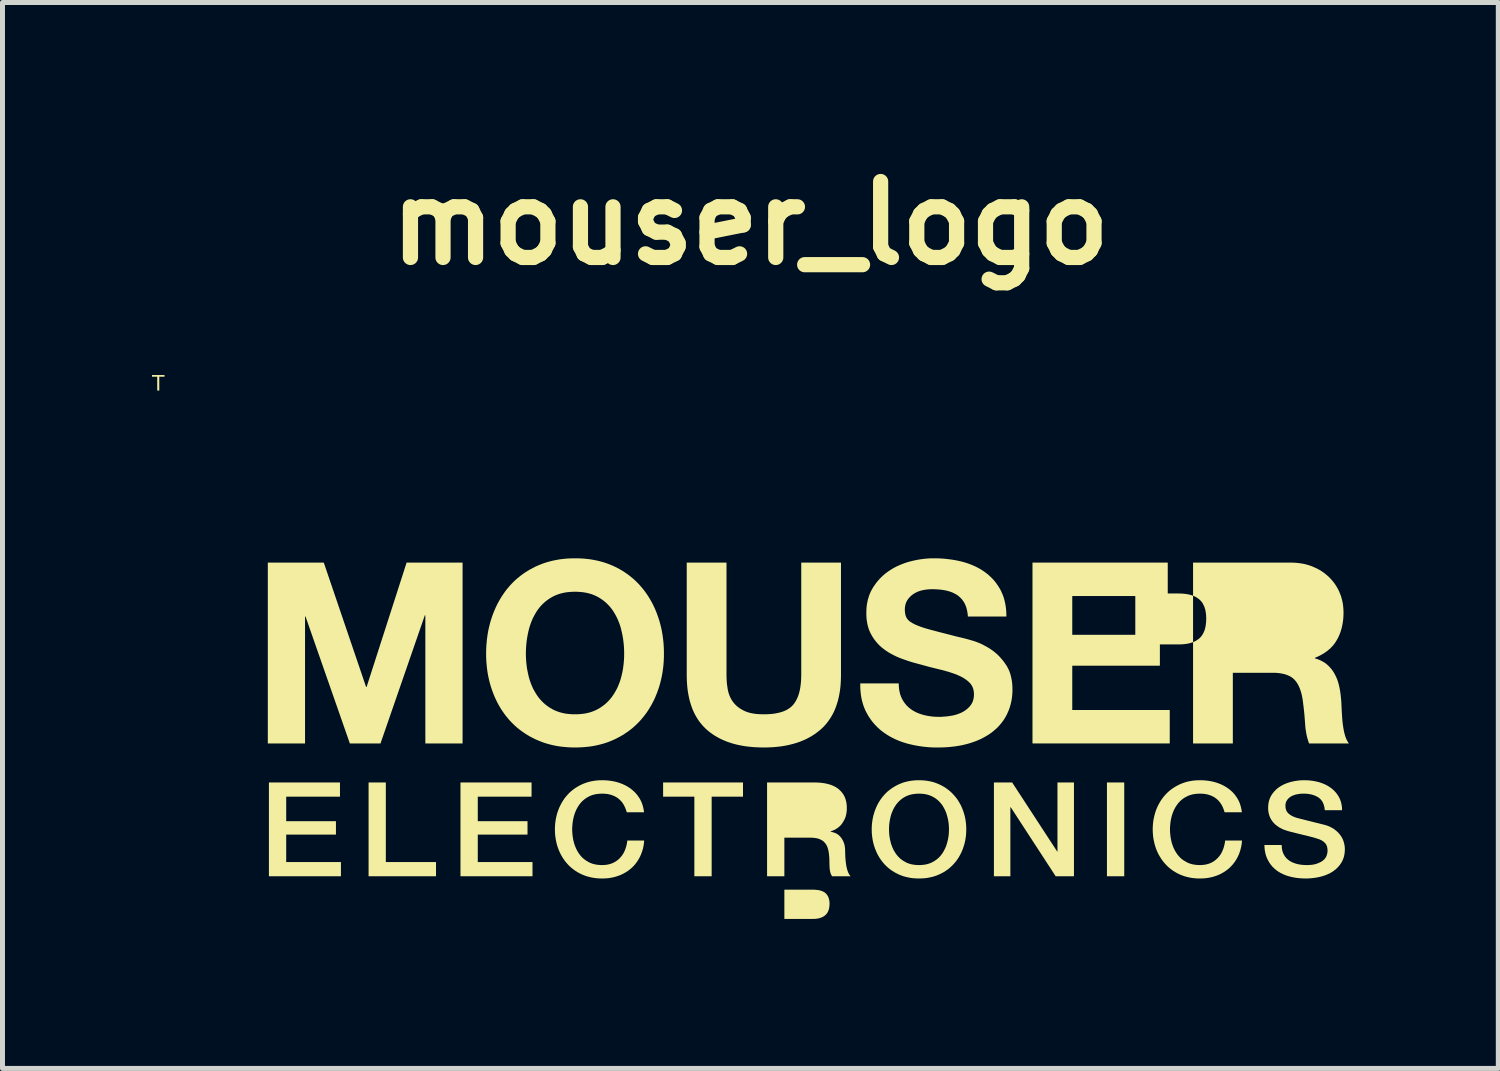
<source format=kicad_pcb>
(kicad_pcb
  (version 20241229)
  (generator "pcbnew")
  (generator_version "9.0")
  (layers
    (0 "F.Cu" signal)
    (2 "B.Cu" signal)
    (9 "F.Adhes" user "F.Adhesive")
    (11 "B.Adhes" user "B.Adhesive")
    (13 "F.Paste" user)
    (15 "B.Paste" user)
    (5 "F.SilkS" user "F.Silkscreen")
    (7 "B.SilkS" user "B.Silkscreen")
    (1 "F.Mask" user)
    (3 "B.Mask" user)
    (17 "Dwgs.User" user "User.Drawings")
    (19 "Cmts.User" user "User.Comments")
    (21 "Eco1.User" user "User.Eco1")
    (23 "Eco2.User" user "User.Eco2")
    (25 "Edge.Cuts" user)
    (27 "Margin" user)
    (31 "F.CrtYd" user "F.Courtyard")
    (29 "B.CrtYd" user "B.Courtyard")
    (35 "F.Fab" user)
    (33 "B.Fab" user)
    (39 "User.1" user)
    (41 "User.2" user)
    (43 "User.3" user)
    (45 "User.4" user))
  (footprint "mouser_logo"
    (layer "F.Cu")
    (at 12.008 9.932)
    (property "Reference" "mouser_logo" (at 0 -8.505 0) (layer "F.SilkS") (effects (font (size 1.524 1.524) (thickness 0.305))))
    (attr smd)
    (fp_poly (pts (xy 7.154 2.719) (xy 7.501 2.719) (xy 7.501 4.601) (xy 7.154 4.601) (xy 7.154 2.719)) (stroke (width 0) (type solid)) (fill yes) (layer "F.SilkS"))
    (fp_poly (pts (xy -7.662 2.719) (xy -7.316 2.719) (xy -7.316 4.316) (xy -6.309 4.316) (xy -6.309 4.601) (xy -7.662 4.601) (xy -7.662 2.719)) (stroke (width 0) (type solid)) (fill yes) (layer "F.SilkS"))
    (fp_poly (pts (xy -12.008 -5.457) (xy -12.008 -5.423) (xy -11.903 -5.423) (xy -11.903 -5.145) (xy -11.862 -5.145) (xy -11.862 -5.423) (xy -11.757 -5.423) (xy -11.757 -5.457) (xy -12.008 -5.457)) (stroke (width 0) (type solid)) (fill yes) (layer "F.SilkS"))
    (fp_poly (pts (xy -1.752 2.719) (xy -0.149 2.719) (xy -0.149 3.004) (xy -0.778 3.004) (xy -0.778 4.601) (xy -1.125 4.601) (xy -1.125 3.004) (xy -1.752 3.004) (xy -1.752 2.719)) (stroke (width 0) (type solid)) (fill yes) (layer "F.SilkS"))
    (fp_poly (pts (xy -9.662 2.719) (xy -8.236 2.719) (xy -8.236 3.004) (xy -9.315 3.004) (xy -9.315 3.496) (xy -8.317 3.496) (xy -8.317 3.765) (xy -9.315 3.765) (xy -9.315 4.316) (xy -8.217 4.316) (xy -8.217 4.601) (xy -9.662 4.601) (xy -9.662 2.719)) (stroke (width 0) (type solid)) (fill yes) (layer "F.SilkS"))
    (fp_poly (pts (xy -5.818 2.719) (xy -4.392 2.719) (xy -4.392 3.004) (xy -5.471 3.004) (xy -5.471 3.496) (xy -4.473 3.496) (xy -4.473 3.765) (xy -5.471 3.765) (xy -5.471 4.316) (xy -4.373 4.316) (xy -4.373 4.601) (xy -5.818 4.601) (xy -5.818 2.719)) (stroke (width 0) (type solid)) (fill yes) (layer "F.SilkS"))
    (fp_poly (pts (xy 4.886 2.719) (xy 5.252 2.719) (xy 6.156 4.105) (xy 6.161 4.105) (xy 6.161 2.719) (xy 6.492 2.719) (xy 6.492 4.601) (xy 6.125 4.601) (xy 5.224 3.217) (xy 5.216 3.217) (xy 5.216 4.601) (xy 4.886 4.601) (xy 4.886 2.719)) (stroke (width 0) (type solid)) (fill yes) (layer "F.SilkS"))
    (fp_poly (pts (xy 8.374 -1.693) (xy 8.374 -1.022) (xy 6.458 -1.022) (xy 6.458 -0.244) (xy 8.216 -0.244) (xy 8.216 0.376) (xy 6.458 0.376) (xy 6.458 1.265) (xy 8.414 1.265) (xy 8.414 1.936) (xy 5.66 1.936) (xy 5.66 -1.693) (xy 8.374 -1.693)) (stroke (width 0) (type solid)) (fill yes) (layer "F.SilkS"))
    (fp_poly (pts (xy -8.561 -1.693) (xy -7.712 0.803) (xy -7.702 0.803) (xy -6.899 -1.693) (xy -5.776 -1.693) (xy -5.776 1.936) (xy -6.523 1.936) (xy -6.523 -0.636) (xy -6.533 -0.636) (xy -7.423 1.936) (xy -8.038 1.936) (xy -8.927 -0.61) (xy -8.937 -0.61) (xy -8.937 1.936) (xy -9.684 1.936) (xy -9.684 -1.693) (xy -8.561 -1.693)) (stroke (width 0) (type solid)) (fill yes) (layer "F.SilkS"))
    (fp_poly (pts (xy 0.334 2.719) (xy 1.28 2.719) (xy 1.344 2.72) (xy 1.404 2.724) (xy 1.461 2.731) (xy 1.515 2.74) (xy 1.566 2.753) (xy 1.614 2.767) (xy 1.658 2.785) (xy 1.699 2.805) (xy 1.737 2.828) (xy 1.771 2.853) (xy 1.809 2.889) (xy 1.842 2.927) (xy 1.871 2.969) (xy 1.894 3.014) (xy 1.911 3.063) (xy 1.924 3.114) (xy 1.932 3.169) (xy 1.934 3.228) (xy 1.933 3.28) (xy 1.928 3.328) (xy 1.919 3.372) (xy 1.908 3.413) (xy 1.893 3.45) (xy 1.871 3.492) (xy 1.848 3.53) (xy 1.823 3.564) (xy 1.796 3.593) (xy 1.759 3.625) (xy 1.722 3.651) (xy 1.686 3.67) (xy 1.639 3.69) (xy 1.607 3.702) (xy 1.607 3.707) (xy 1.653 3.717) (xy 1.703 3.734) (xy 1.736 3.75) (xy 1.768 3.773) (xy 1.798 3.801) (xy 1.826 3.835) (xy 1.851 3.875) (xy 1.872 3.921) (xy 1.885 3.96) (xy 1.894 4.004) (xy 1.899 4.052) (xy 1.901 4.105) (xy 1.902 4.16) (xy 1.904 4.213) (xy 1.908 4.264) (xy 1.913 4.313) (xy 1.919 4.361) (xy 1.927 4.407) (xy 1.942 4.47) (xy 1.961 4.524) (xy 1.983 4.567) (xy 2.009 4.601) (xy 1.533 5.349) (xy 1.557 5.31) (xy 1.574 5.265) (xy 1.584 5.214) (xy 1.588 5.157) (xy 1.585 5.101) (xy 1.575 5.052) (xy 1.56 5.011) (xy 1.539 4.976) (xy 1.514 4.946) (xy 1.484 4.922) (xy 1.45 4.904) (xy 1.413 4.89) (xy 1.373 4.88) (xy 1.331 4.875) (xy 1.288 4.871) (xy 1.244 4.87) (xy 0.681 4.87) (xy 0.681 5.457) (xy 1.25 5.457) (xy 1.313 5.455) (xy 1.37 5.446) (xy 1.42 5.431) (xy 1.464 5.41) (xy 1.502 5.383) (xy 1.533 5.349) (xy 2.009 4.601) (xy 1.638 4.601) (xy 1.615 4.559) (xy 1.6 4.514) (xy 1.592 4.466) (xy 1.588 4.418) (xy 1.586 4.37) (xy 1.585 4.324) (xy 1.584 4.262) (xy 1.581 4.204) (xy 1.575 4.15) (xy 1.568 4.101) (xy 1.558 4.057) (xy 1.545 4.016) (xy 1.528 3.979) (xy 1.507 3.946) (xy 1.474 3.908) (xy 1.434 3.878) (xy 1.387 3.855) (xy 1.346 3.842) (xy 1.3 3.833) (xy 1.248 3.828) (xy 1.191 3.826) (xy 0.681 3.826) (xy 0.681 4.601) (xy 0.334 4.601) (xy 0.334 2.719)) (stroke (width 0) (type solid)) (fill yes) (layer "F.SilkS"))
    (fp_poly (pts (xy 1.406 1.659) (xy 1.369 1.689) (xy 1.332 1.718) (xy 1.293 1.746) (xy 1.253 1.773) (xy 1.212 1.798) (xy 1.169 1.821) (xy 1.126 1.844) (xy 1.081 1.865) (xy 1.035 1.884) (xy 0.988 1.903) (xy 0.94 1.92) (xy 0.89 1.935) (xy 0.84 1.949) (xy 0.788 1.962) (xy 0.735 1.974) (xy 0.68 1.984) (xy 0.625 1.993) (xy 0.568 2) (xy 0.511 2.006) (xy 0.452 2.011) (xy 0.391 2.014) (xy 0.33 2.016) (xy 0.267 2.017) (xy 0.204 2.016) (xy 0.142 2.014) (xy 0.081 2.011) (xy 0.021 2.006) (xy -0.037 2) (xy -0.095 1.993) (xy -0.151 1.984) (xy -0.205 1.974) (xy -0.259 1.963) (xy -0.311 1.95) (xy -0.362 1.936) (xy -0.411 1.92) (xy -0.46 1.904) (xy -0.507 1.885) (xy -0.552 1.866) (xy -0.597 1.845) (xy -0.64 1.823) (xy -0.682 1.799) (xy -0.723 1.775) (xy -0.763 1.748) (xy -0.801 1.721) (xy -0.838 1.692) (xy -0.874 1.662) (xy -0.908 1.63) (xy -0.941 1.597) (xy -0.972 1.562) (xy -1.002 1.526) (xy -1.03 1.489) (xy -1.057 1.45) (xy -1.082 1.409) (xy -1.106 1.367) (xy -1.128 1.324) (xy -1.149 1.279) (xy -1.168 1.233) (xy -1.185 1.185) (xy -1.201 1.136) (xy -1.216 1.085) (xy -1.229 1.033) (xy -1.24 0.98) (xy -1.25 0.925) (xy -1.259 0.868) (xy -1.266 0.81) (xy -1.271 0.751) (xy -1.275 0.69) (xy -1.277 0.627) (xy -1.278 0.564) (xy -1.278 -1.693) (xy -0.48 -1.693) (xy -0.48 0.564) (xy -0.479 0.613) (xy -0.477 0.661) (xy -0.474 0.71) (xy -0.469 0.758) (xy -0.462 0.806) (xy -0.455 0.853) (xy -0.442 0.909) (xy -0.425 0.962) (xy -0.404 1.012) (xy -0.378 1.06) (xy -0.348 1.105) (xy -0.319 1.14) (xy -0.287 1.173) (xy -0.251 1.204) (xy -0.211 1.233) (xy -0.168 1.259) (xy -0.122 1.283) (xy -0.084 1.299) (xy -0.043 1.313) (xy 0.001 1.325) (xy 0.048 1.334) (xy 0.098 1.342) (xy 0.151 1.347) (xy 0.208 1.35) (xy 0.267 1.351) (xy 0.337 1.35) (xy 0.402 1.346) (xy 0.464 1.34) (xy 0.522 1.33) (xy 0.577 1.318) (xy 0.628 1.304) (xy 0.675 1.287) (xy 0.719 1.267) (xy 0.759 1.244) (xy 0.795 1.219) (xy 0.828 1.191) (xy 0.857 1.161) (xy 0.883 1.128) (xy 0.906 1.091) (xy 0.928 1.052) (xy 0.947 1.01) (xy 0.964 0.965) (xy 0.979 0.916) (xy 0.991 0.865) (xy 1.001 0.811) (xy 1.009 0.753) (xy 1.015 0.693) (xy 1.018 0.63) (xy 1.02 0.564) (xy 1.02 -1.693) (xy 1.817 -1.693) (xy 1.817 0.564) (xy 1.816 0.627) (xy 1.814 0.689) (xy 1.81 0.75) (xy 1.805 0.809) (xy 1.798 0.866) (xy 1.789 0.922) (xy 1.779 0.977) (xy 1.767 1.031) (xy 1.754 1.083) (xy 1.739 1.133) (xy 1.723 1.182) (xy 1.705 1.23) (xy 1.686 1.276) (xy 1.665 1.321) (xy 1.642 1.364) (xy 1.618 1.406) (xy 1.592 1.446) (xy 1.565 1.485) (xy 1.536 1.523) (xy 1.506 1.559) (xy 1.474 1.594) (xy 1.441 1.627) (xy 1.406 1.659)) (stroke (width 0) (type solid)) (fill yes) (layer "F.SilkS"))
    (fp_poly (pts (xy 10.839 -1.693) (xy 9.009 -0.173) (xy 9.041 -0.206) (xy 9.069 -0.244) (xy 9.092 -0.286) (xy 9.112 -0.333) (xy 9.127 -0.385) (xy 9.137 -0.442) (xy 9.144 -0.504) (xy 9.146 -0.57) (xy 9.144 -0.634) (xy 9.137 -0.693) (xy 9.127 -0.748) (xy 9.112 -0.798) (xy 9.092 -0.843) (xy 9.069 -0.885) (xy 9.041 -0.921) (xy 9.009 -0.953) (xy 8.972 -0.981) (xy 8.932 -1.006) (xy 8.887 -1.026) (xy 8.837 -1.043) (xy 8.784 -1.056) (xy 8.726 -1.065) (xy 8.664 -1.071) (xy 8.597 -1.073) (xy 7.723 -1.073) (xy 7.723 -0.051) (xy 8.597 -0.051) (xy 8.664 -0.053) (xy 8.726 -0.059) (xy 8.784 -0.068) (xy 8.837 -0.082) (xy 8.887 -0.099) (xy 8.932 -0.12) (xy 8.972 -0.145) (xy 9.009 -0.173) (xy 10.839 -1.693) (xy 10.892 -1.692) (xy 10.945 -1.689) (xy 10.996 -1.684) (xy 11.046 -1.677) (xy 11.095 -1.669) (xy 11.143 -1.658) (xy 11.189 -1.645) (xy 11.234 -1.631) (xy 11.278 -1.614) (xy 11.326 -1.593) (xy 11.373 -1.571) (xy 11.417 -1.547) (xy 11.46 -1.521) (xy 11.501 -1.493) (xy 11.54 -1.463) (xy 11.578 -1.431) (xy 11.614 -1.398) (xy 11.652 -1.358) (xy 11.688 -1.316) (xy 11.721 -1.273) (xy 11.752 -1.227) (xy 11.78 -1.18) (xy 11.805 -1.131) (xy 11.827 -1.08) (xy 11.845 -1.035) (xy 11.86 -0.988) (xy 11.872 -0.941) (xy 11.883 -0.893) (xy 11.891 -0.844) (xy 11.896 -0.794) (xy 11.9 -0.743) (xy 11.901 -0.692) (xy 11.9 -0.634) (xy 11.897 -0.578) (xy 11.891 -0.524) (xy 11.883 -0.47) (xy 11.873 -0.418) (xy 11.861 -0.368) (xy 11.846 -0.319) (xy 11.83 -0.272) (xy 11.811 -0.226) (xy 11.79 -0.181) (xy 11.766 -0.138) (xy 11.74 -0.096) (xy 11.712 -0.056) (xy 11.68 -0.018) (xy 11.646 0.018) (xy 11.609 0.052) (xy 11.569 0.084) (xy 11.526 0.115) (xy 11.48 0.143) (xy 11.432 0.17) (xy 11.381 0.195) (xy 11.327 0.218) (xy 11.327 0.228) (xy 11.384 0.246) (xy 11.436 0.268) (xy 11.485 0.293) (xy 11.53 0.321) (xy 11.571 0.353) (xy 11.608 0.387) (xy 11.642 0.425) (xy 11.674 0.464) (xy 11.702 0.506) (xy 11.728 0.551) (xy 11.751 0.598) (xy 11.772 0.646) (xy 11.789 0.696) (xy 11.805 0.749) (xy 11.817 0.803) (xy 11.828 0.857) (xy 11.837 0.912) (xy 11.844 0.967) (xy 11.85 1.022) (xy 11.855 1.077) (xy 11.858 1.122) (xy 11.86 1.171) (xy 11.863 1.224) (xy 11.865 1.281) (xy 11.868 1.327) (xy 11.871 1.375) (xy 11.874 1.422) (xy 11.878 1.471) (xy 11.883 1.519) (xy 11.889 1.567) (xy 11.896 1.615) (xy 11.904 1.661) (xy 11.913 1.706) (xy 11.924 1.75) (xy 11.94 1.803) (xy 11.959 1.852) (xy 11.982 1.896) (xy 12.008 1.936) (xy 11.21 1.936) (xy 11.194 1.892) (xy 11.18 1.845) (xy 11.167 1.797) (xy 11.156 1.747) (xy 11.147 1.694) (xy 11.139 1.64) (xy 11.133 1.583) (xy 11.129 1.524) (xy 11.125 1.471) (xy 11.121 1.419) (xy 11.117 1.367) (xy 11.112 1.316) (xy 11.107 1.265) (xy 11.101 1.215) (xy 11.095 1.165) (xy 11.089 1.116) (xy 11.083 1.067) (xy 11.072 1.006) (xy 11.06 0.948) (xy 11.045 0.894) (xy 11.028 0.844) (xy 11.009 0.798) (xy 10.988 0.755) (xy 10.964 0.716) (xy 10.938 0.681) (xy 10.91 0.65) (xy 10.878 0.622) (xy 10.843 0.598) (xy 10.803 0.577) (xy 10.759 0.559) (xy 10.711 0.544) (xy 10.659 0.533) (xy 10.603 0.524) (xy 10.543 0.519) (xy 10.478 0.518) (xy 9.68 0.518) (xy 9.68 1.936) (xy 8.882 1.936) (xy 8.882 -1.693) (xy 10.839 -1.693)) (stroke (width 0) (type solid)) (fill yes) (layer "F.SilkS"))
    (fp_poly (pts (xy -2.481 3.317) (xy -2.498 3.264) (xy -2.518 3.214) (xy -2.542 3.167) (xy -2.57 3.123) (xy -2.604 3.084) (xy -2.642 3.048) (xy -2.685 3.017) (xy -2.733 2.991) (xy -2.785 2.971) (xy -2.827 2.959) (xy -2.873 2.95) (xy -2.922 2.945) (xy -2.975 2.943) (xy -3.026 2.945) (xy -3.075 2.95) (xy -3.122 2.958) (xy -3.167 2.97) (xy -3.209 2.985) (xy -3.248 3.004) (xy -3.292 3.029) (xy -3.333 3.059) (xy -3.371 3.091) (xy -3.405 3.127) (xy -3.435 3.166) (xy -3.462 3.207) (xy -3.487 3.251) (xy -3.508 3.297) (xy -3.527 3.346) (xy -3.542 3.396) (xy -3.555 3.448) (xy -3.564 3.5) (xy -3.571 3.553) (xy -3.575 3.606) (xy -3.577 3.66) (xy -3.575 3.713) (xy -3.571 3.767) (xy -3.564 3.819) (xy -3.555 3.872) (xy -3.542 3.924) (xy -3.527 3.974) (xy -3.508 4.022) (xy -3.487 4.069) (xy -3.462 4.112) (xy -3.435 4.154) (xy -3.405 4.193) (xy -3.371 4.229) (xy -3.333 4.261) (xy -3.292 4.29) (xy -3.248 4.316) (xy -3.209 4.335) (xy -3.167 4.35) (xy -3.122 4.362) (xy -3.075 4.37) (xy -3.026 4.375) (xy -2.975 4.377) (xy -2.918 4.374) (xy -2.865 4.367) (xy -2.816 4.355) (xy -2.77 4.339) (xy -2.727 4.318) (xy -2.687 4.293) (xy -2.651 4.265) (xy -2.617 4.233) (xy -2.587 4.198) (xy -2.56 4.16) (xy -2.537 4.12) (xy -2.517 4.076) (xy -2.501 4.031) (xy -2.487 3.983) (xy -2.477 3.935) (xy -2.47 3.884) (xy -2.132 3.884) (xy -2.137 3.939) (xy -2.145 3.993) (xy -2.156 4.045) (xy -2.171 4.096) (xy -2.188 4.145) (xy -2.208 4.192) (xy -2.231 4.238) (xy -2.257 4.281) (xy -2.285 4.323) (xy -2.315 4.362) (xy -2.348 4.399) (xy -2.384 4.434) (xy -2.422 4.466) (xy -2.462 4.496) (xy -2.505 4.523) (xy -2.549 4.548) (xy -2.596 4.571) (xy -2.645 4.59) (xy -2.696 4.607) (xy -2.748 4.621) (xy -2.802 4.632) (xy -2.858 4.64) (xy -2.915 4.644) (xy -2.975 4.646) (xy -3.03 4.645) (xy -3.083 4.641) (xy -3.135 4.635) (xy -3.185 4.626) (xy -3.234 4.615) (xy -3.282 4.602) (xy -3.328 4.586) (xy -3.373 4.568) (xy -3.422 4.545) (xy -3.469 4.519) (xy -3.514 4.491) (xy -3.557 4.46) (xy -3.597 4.428) (xy -3.635 4.393) (xy -3.671 4.355) (xy -3.705 4.316) (xy -3.736 4.275) (xy -3.765 4.232) (xy -3.792 4.187) (xy -3.816 4.141) (xy -3.839 4.092) (xy -3.858 4.042) (xy -3.876 3.99) (xy -3.89 3.938) (xy -3.902 3.884) (xy -3.911 3.829) (xy -3.918 3.774) (xy -3.922 3.717) (xy -3.923 3.66) (xy -3.922 3.603) (xy -3.918 3.547) (xy -3.911 3.492) (xy -3.902 3.438) (xy -3.89 3.385) (xy -3.876 3.332) (xy -3.858 3.28) (xy -3.839 3.23) (xy -3.816 3.182) (xy -3.792 3.135) (xy -3.765 3.09) (xy -3.736 3.047) (xy -3.705 3.006) (xy -3.671 2.967) (xy -3.635 2.929) (xy -3.597 2.894) (xy -3.557 2.862) (xy -3.514 2.831) (xy -3.469 2.803) (xy -3.422 2.777) (xy -3.373 2.753) (xy -3.328 2.735) (xy -3.282 2.719) (xy -3.234 2.705) (xy -3.185 2.694) (xy -3.135 2.685) (xy -3.083 2.679) (xy -3.03 2.675) (xy -2.975 2.674) (xy -2.92 2.675) (xy -2.866 2.679) (xy -2.813 2.685) (xy -2.762 2.693) (xy -2.711 2.704) (xy -2.661 2.717) (xy -2.613 2.733) (xy -2.567 2.751) (xy -2.523 2.771) (xy -2.481 2.793) (xy -2.44 2.818) (xy -2.402 2.844) (xy -2.359 2.879) (xy -2.319 2.916) (xy -2.283 2.956) (xy -2.25 3) (xy -2.22 3.045) (xy -2.199 3.086) (xy -2.18 3.128) (xy -2.164 3.173) (xy -2.152 3.219) (xy -2.142 3.267) (xy -2.135 3.317) (xy -2.481 3.317)) (stroke (width 0) (type solid)) (fill yes) (layer "F.SilkS"))
    (fp_poly (pts (xy 9.515 3.317) (xy 9.498 3.264) (xy 9.478 3.214) (xy 9.454 3.167) (xy 9.425 3.123) (xy 9.392 3.084) (xy 9.354 3.048) (xy 9.311 3.017) (xy 9.263 2.991) (xy 9.211 2.971) (xy 9.168 2.959) (xy 9.123 2.95) (xy 9.073 2.945) (xy 9.021 2.943) (xy 8.969 2.945) (xy 8.92 2.95) (xy 8.873 2.958) (xy 8.829 2.97) (xy 8.787 2.985) (xy 8.748 3.004) (xy 8.703 3.029) (xy 8.662 3.059) (xy 8.625 3.091) (xy 8.591 3.127) (xy 8.561 3.166) (xy 8.533 3.207) (xy 8.509 3.251) (xy 8.487 3.297) (xy 8.469 3.346) (xy 8.453 3.396) (xy 8.441 3.448) (xy 8.431 3.5) (xy 8.425 3.553) (xy 8.42 3.606) (xy 8.419 3.66) (xy 8.42 3.713) (xy 8.425 3.767) (xy 8.431 3.819) (xy 8.441 3.872) (xy 8.453 3.924) (xy 8.469 3.974) (xy 8.487 4.022) (xy 8.509 4.069) (xy 8.533 4.112) (xy 8.561 4.154) (xy 8.591 4.193) (xy 8.625 4.229) (xy 8.662 4.261) (xy 8.703 4.29) (xy 8.748 4.316) (xy 8.787 4.335) (xy 8.829 4.35) (xy 8.873 4.362) (xy 8.92 4.37) (xy 8.969 4.375) (xy 9.021 4.377) (xy 9.077 4.374) (xy 9.13 4.367) (xy 9.18 4.355) (xy 9.226 4.339) (xy 9.269 4.318) (xy 9.309 4.293) (xy 9.345 4.265) (xy 9.378 4.233) (xy 9.409 4.198) (xy 9.436 4.16) (xy 9.459 4.12) (xy 9.478 4.076) (xy 9.495 4.031) (xy 9.508 3.983) (xy 9.519 3.935) (xy 9.526 3.884) (xy 9.864 3.884) (xy 9.859 3.939) (xy 9.851 3.993) (xy 9.839 4.045) (xy 9.825 4.096) (xy 9.808 4.145) (xy 9.788 4.192) (xy 9.765 4.238) (xy 9.739 4.281) (xy 9.711 4.323) (xy 9.68 4.362) (xy 9.647 4.399) (xy 9.612 4.434) (xy 9.574 4.466) (xy 9.533 4.496) (xy 9.491 4.523) (xy 9.446 4.548) (xy 9.4 4.571) (xy 9.351 4.59) (xy 9.3 4.607) (xy 9.248 4.621) (xy 9.194 4.632) (xy 9.138 4.64) (xy 9.08 4.644) (xy 9.021 4.646) (xy 8.966 4.645) (xy 8.913 4.641) (xy 8.861 4.635) (xy 8.81 4.626) (xy 8.761 4.615) (xy 8.714 4.602) (xy 8.668 4.586) (xy 8.623 4.568) (xy 8.574 4.545) (xy 8.527 4.519) (xy 8.482 4.491) (xy 8.439 4.46) (xy 8.399 4.428) (xy 8.361 4.393) (xy 8.325 4.355) (xy 8.291 4.316) (xy 8.26 4.275) (xy 8.231 4.232) (xy 8.204 4.187) (xy 8.179 4.141) (xy 8.157 4.092) (xy 8.137 4.042) (xy 8.12 3.99) (xy 8.106 3.938) (xy 8.094 3.884) (xy 8.084 3.829) (xy 8.078 3.774) (xy 8.074 3.717) (xy 8.072 3.66) (xy 8.074 3.603) (xy 8.078 3.547) (xy 8.084 3.492) (xy 8.094 3.438) (xy 8.106 3.385) (xy 8.12 3.332) (xy 8.137 3.28) (xy 8.157 3.23) (xy 8.179 3.182) (xy 8.204 3.135) (xy 8.231 3.09) (xy 8.26 3.047) (xy 8.291 3.006) (xy 8.325 2.967) (xy 8.361 2.929) (xy 8.399 2.894) (xy 8.439 2.862) (xy 8.482 2.831) (xy 8.527 2.803) (xy 8.574 2.777) (xy 8.623 2.753) (xy 8.668 2.735) (xy 8.714 2.719) (xy 8.761 2.705) (xy 8.81 2.694) (xy 8.861 2.685) (xy 8.913 2.679) (xy 8.966 2.675) (xy 9.021 2.674) (xy 9.076 2.675) (xy 9.13 2.679) (xy 9.182 2.685) (xy 9.234 2.693) (xy 9.285 2.704) (xy 9.334 2.717) (xy 9.382 2.733) (xy 9.429 2.751) (xy 9.473 2.771) (xy 9.515 2.793) (xy 9.555 2.818) (xy 9.594 2.844) (xy 9.637 2.879) (xy 9.677 2.916) (xy 9.713 2.956) (xy 9.746 3) (xy 9.775 3.045) (xy 9.797 3.086) (xy 9.816 3.128) (xy 9.831 3.173) (xy 9.844 3.219) (xy 9.854 3.267) (xy 9.861 3.317) (xy 9.515 3.317)) (stroke (width 0) (type solid)) (fill yes) (layer "F.SilkS"))
    (fp_poly (pts (xy 3.382 2.674) (xy 3.382 2.943) (xy 3.331 2.945) (xy 3.282 2.95) (xy 3.235 2.958) (xy 3.191 2.97) (xy 3.149 2.985) (xy 3.109 3.003) (xy 3.065 3.029) (xy 3.024 3.058) (xy 2.987 3.091) (xy 2.953 3.127) (xy 2.922 3.165) (xy 2.895 3.207) (xy 2.87 3.251) (xy 2.849 3.297) (xy 2.83 3.346) (xy 2.815 3.396) (xy 2.803 3.448) (xy 2.793 3.5) (xy 2.786 3.553) (xy 2.782 3.606) (xy 2.781 3.66) (xy 2.782 3.713) (xy 2.786 3.767) (xy 2.793 3.819) (xy 2.803 3.872) (xy 2.815 3.923) (xy 2.83 3.974) (xy 2.849 4.022) (xy 2.87 4.068) (xy 2.895 4.112) (xy 2.922 4.154) (xy 2.953 4.193) (xy 2.987 4.229) (xy 3.024 4.261) (xy 3.065 4.29) (xy 3.109 4.316) (xy 3.149 4.335) (xy 3.191 4.35) (xy 3.235 4.362) (xy 3.282 4.37) (xy 3.331 4.375) (xy 3.382 4.377) (xy 3.434 4.375) (xy 3.483 4.37) (xy 3.53 4.362) (xy 3.574 4.35) (xy 3.616 4.335) (xy 3.655 4.316) (xy 3.7 4.29) (xy 3.741 4.261) (xy 3.778 4.229) (xy 3.812 4.193) (xy 3.843 4.154) (xy 3.87 4.112) (xy 3.894 4.068) (xy 3.916 4.022) (xy 3.934 3.974) (xy 3.949 3.923) (xy 3.962 3.872) (xy 3.972 3.819) (xy 3.979 3.767) (xy 3.983 3.713) (xy 3.984 3.66) (xy 3.983 3.606) (xy 3.979 3.553) (xy 3.972 3.5) (xy 3.962 3.448) (xy 3.949 3.396) (xy 3.934 3.346) (xy 3.916 3.297) (xy 3.894 3.251) (xy 3.87 3.207) (xy 3.843 3.165) (xy 3.812 3.127) (xy 3.778 3.091) (xy 3.741 3.058) (xy 3.7 3.029) (xy 3.655 3.003) (xy 3.616 2.985) (xy 3.574 2.97) (xy 3.53 2.958) (xy 3.483 2.95) (xy 3.434 2.945) (xy 3.382 2.943) (xy 3.382 2.674) (xy 3.437 2.675) (xy 3.49 2.679) (xy 3.542 2.685) (xy 3.593 2.694) (xy 3.642 2.705) (xy 3.689 2.718) (xy 3.736 2.735) (xy 3.78 2.753) (xy 3.83 2.777) (xy 3.877 2.803) (xy 3.921 2.831) (xy 3.964 2.862) (xy 4.004 2.894) (xy 4.042 2.929) (xy 4.078 2.967) (xy 4.112 3.006) (xy 4.144 3.047) (xy 4.173 3.09) (xy 4.199 3.135) (xy 4.224 3.181) (xy 4.246 3.23) (xy 4.266 3.28) (xy 4.283 3.332) (xy 4.298 3.384) (xy 4.31 3.438) (xy 4.319 3.492) (xy 4.326 3.547) (xy 4.33 3.603) (xy 4.331 3.66) (xy 4.33 3.717) (xy 4.326 3.774) (xy 4.319 3.829) (xy 4.31 3.884) (xy 4.298 3.938) (xy 4.283 3.99) (xy 4.266 4.042) (xy 4.246 4.092) (xy 4.224 4.141) (xy 4.199 4.187) (xy 4.173 4.232) (xy 4.144 4.275) (xy 4.112 4.316) (xy 4.078 4.356) (xy 4.042 4.393) (xy 4.004 4.428) (xy 3.964 4.461) (xy 3.921 4.491) (xy 3.877 4.519) (xy 3.83 4.544) (xy 3.78 4.568) (xy 3.736 4.586) (xy 3.689 4.602) (xy 3.642 4.615) (xy 3.593 4.626) (xy 3.542 4.635) (xy 3.49 4.641) (xy 3.437 4.644) (xy 3.382 4.646) (xy 3.327 4.644) (xy 3.274 4.641) (xy 3.222 4.635) (xy 3.172 4.626) (xy 3.123 4.615) (xy 3.075 4.602) (xy 3.029 4.586) (xy 2.984 4.568) (xy 2.935 4.544) (xy 2.888 4.519) (xy 2.843 4.491) (xy 2.801 4.461) (xy 2.76 4.428) (xy 2.722 4.393) (xy 2.686 4.356) (xy 2.652 4.316) (xy 2.621 4.275) (xy 2.592 4.232) (xy 2.565 4.187) (xy 2.541 4.141) (xy 2.519 4.092) (xy 2.499 4.042) (xy 2.482 3.99) (xy 2.467 3.938) (xy 2.455 3.884) (xy 2.446 3.829) (xy 2.439 3.774) (xy 2.435 3.717) (xy 2.434 3.66) (xy 2.435 3.603) (xy 2.439 3.547) (xy 2.446 3.492) (xy 2.455 3.438) (xy 2.467 3.384) (xy 2.482 3.332) (xy 2.499 3.28) (xy 2.519 3.23) (xy 2.541 3.181) (xy 2.565 3.135) (xy 2.592 3.09) (xy 2.621 3.047) (xy 2.652 3.006) (xy 2.686 2.967) (xy 2.722 2.929) (xy 2.76 2.894) (xy 2.801 2.862) (xy 2.843 2.831) (xy 2.888 2.803) (xy 2.935 2.777) (xy 2.984 2.753) (xy 3.029 2.735) (xy 3.075 2.718) (xy 3.123 2.705) (xy 3.172 2.694) (xy 3.222 2.685) (xy 3.274 2.679) (xy 3.327 2.675) (xy 3.382 2.674)) (stroke (width 0) (type solid)) (fill yes) (layer "F.SilkS"))
    (fp_poly (pts (xy 10.66 3.974) (xy 10.663 4.026) (xy 10.67 4.074) (xy 10.682 4.118) (xy 10.699 4.158) (xy 10.728 4.206) (xy 10.764 4.248) (xy 10.807 4.283) (xy 10.843 4.306) (xy 10.882 4.325) (xy 10.923 4.341) (xy 10.967 4.354) (xy 11.013 4.364) (xy 11.061 4.371) (xy 11.11 4.375) (xy 11.162 4.377) (xy 11.217 4.375) (xy 11.267 4.371) (xy 11.314 4.363) (xy 11.356 4.352) (xy 11.406 4.333) (xy 11.45 4.312) (xy 11.487 4.287) (xy 11.517 4.26) (xy 11.541 4.229) (xy 11.559 4.196) (xy 11.575 4.144) (xy 11.581 4.092) (xy 11.578 4.042) (xy 11.568 3.998) (xy 11.552 3.962) (xy 11.529 3.932) (xy 11.494 3.902) (xy 11.457 3.878) (xy 11.417 3.86) (xy 11.374 3.846) (xy 11.327 3.831) (xy 11.278 3.817) (xy 11.226 3.804) (xy 11.172 3.79) (xy 11.131 3.78) (xy 11.087 3.77) (xy 11.04 3.758) (xy 10.99 3.746) (xy 10.938 3.733) (xy 10.884 3.719) (xy 10.826 3.705) (xy 10.777 3.691) (xy 10.731 3.676) (xy 10.689 3.66) (xy 10.65 3.641) (xy 10.614 3.622) (xy 10.574 3.595) (xy 10.538 3.567) (xy 10.507 3.538) (xy 10.48 3.507) (xy 10.45 3.464) (xy 10.426 3.419) (xy 10.409 3.372) (xy 10.397 3.325) (xy 10.39 3.276) (xy 10.388 3.227) (xy 10.391 3.172) (xy 10.398 3.12) (xy 10.411 3.071) (xy 10.428 3.024) (xy 10.451 2.981) (xy 10.477 2.941) (xy 10.507 2.904) (xy 10.54 2.869) (xy 10.576 2.837) (xy 10.616 2.808) (xy 10.658 2.782) (xy 10.702 2.759) (xy 10.749 2.739) (xy 10.797 2.722) (xy 10.848 2.707) (xy 10.901 2.695) (xy 10.953 2.686) (xy 11.006 2.679) (xy 11.059 2.675) (xy 11.112 2.674) (xy 11.163 2.675) (xy 11.214 2.678) (xy 11.263 2.684) (xy 11.311 2.691) (xy 11.358 2.701) (xy 11.405 2.712) (xy 11.458 2.729) (xy 11.509 2.749) (xy 11.558 2.772) (xy 11.603 2.798) (xy 11.646 2.827) (xy 11.686 2.859) (xy 11.722 2.894) (xy 11.755 2.931) (xy 11.785 2.972) (xy 11.811 3.015) (xy 11.833 3.062) (xy 11.85 3.111) (xy 11.862 3.163) (xy 11.87 3.217) (xy 11.872 3.275) (xy 11.525 3.275) (xy 11.518 3.217) (xy 11.505 3.166) (xy 11.486 3.12) (xy 11.461 3.08) (xy 11.431 3.046) (xy 11.395 3.018) (xy 11.354 2.995) (xy 11.31 2.976) (xy 11.263 2.962) (xy 11.211 2.951) (xy 11.157 2.945) (xy 11.098 2.943) (xy 11.057 2.944) (xy 11.016 2.948) (xy 10.973 2.955) (xy 10.932 2.964) (xy 10.893 2.978) (xy 10.857 2.994) (xy 10.824 3.015) (xy 10.795 3.04) (xy 10.77 3.07) (xy 10.75 3.104) (xy 10.739 3.143) (xy 10.735 3.188) (xy 10.739 3.235) (xy 10.751 3.277) (xy 10.771 3.314) (xy 10.8 3.345) (xy 10.835 3.372) (xy 10.875 3.395) (xy 10.92 3.414) (xy 10.97 3.431) (xy 10.998 3.438) (xy 11.058 3.453) (xy 11.097 3.463) (xy 11.139 3.474) (xy 11.183 3.485) (xy 11.229 3.496) (xy 11.275 3.508) (xy 11.322 3.52) (xy 11.368 3.531) (xy 11.413 3.542) (xy 11.468 3.556) (xy 11.511 3.567) (xy 11.542 3.575) (xy 11.589 3.591) (xy 11.633 3.61) (xy 11.673 3.631) (xy 11.711 3.654) (xy 11.756 3.69) (xy 11.797 3.728) (xy 11.832 3.769) (xy 11.862 3.813) (xy 11.886 3.859) (xy 11.904 3.907) (xy 11.917 3.957) (xy 11.925 4.006) (xy 11.928 4.055) (xy 11.926 4.107) (xy 11.92 4.156) (xy 11.911 4.202) (xy 11.897 4.246) (xy 11.88 4.287) (xy 11.86 4.325) (xy 11.831 4.368) (xy 11.798 4.408) (xy 11.763 4.445) (xy 11.723 4.478) (xy 11.681 4.509) (xy 11.635 4.536) (xy 11.587 4.559) (xy 11.537 4.58) (xy 11.484 4.598) (xy 11.428 4.613) (xy 11.381 4.623) (xy 11.333 4.631) (xy 11.285 4.637) (xy 11.237 4.642) (xy 11.189 4.645) (xy 11.14 4.646) (xy 11.084 4.644) (xy 11.029 4.641) (xy 10.976 4.636) (xy 10.923 4.628) (xy 10.871 4.618) (xy 10.821 4.606) (xy 10.772 4.592) (xy 10.725 4.575) (xy 10.681 4.556) (xy 10.638 4.535) (xy 10.598 4.511) (xy 10.56 4.485) (xy 10.518 4.45) (xy 10.478 4.412) (xy 10.443 4.37) (xy 10.411 4.325) (xy 10.383 4.275) (xy 10.362 4.231) (xy 10.345 4.185) (xy 10.332 4.136) (xy 10.322 4.084) (xy 10.316 4.03) (xy 10.314 3.974) (xy 10.66 3.974)) (stroke (width 0) (type solid)) (fill yes) (layer "F.SilkS"))
    (fp_poly (pts (xy -5.181 -0.618) (xy -4.452 0.581) (xy -4.438 0.635) (xy -4.421 0.687) (xy -4.403 0.737) (xy -4.383 0.787) (xy -4.361 0.835) (xy -4.336 0.881) (xy -4.31 0.926) (xy -4.282 0.97) (xy -4.252 1.012) (xy -4.219 1.052) (xy -4.184 1.09) (xy -4.147 1.126) (xy -4.108 1.16) (xy -4.066 1.191) (xy -4.023 1.22) (xy -3.977 1.247) (xy -3.934 1.269) (xy -3.889 1.288) (xy -3.842 1.305) (xy -3.794 1.319) (xy -3.743 1.331) (xy -3.69 1.34) (xy -3.635 1.346) (xy -3.578 1.35) (xy -3.519 1.351) (xy -3.461 1.35) (xy -3.404 1.346) (xy -3.349 1.34) (xy -3.296 1.331) (xy -3.245 1.319) (xy -3.196 1.305) (xy -3.15 1.288) (xy -3.105 1.269) (xy -3.062 1.247) (xy -3.016 1.22) (xy -2.973 1.191) (xy -2.931 1.16) (xy -2.892 1.126) (xy -2.855 1.09) (xy -2.82 1.052) (xy -2.787 1.012) (xy -2.757 0.97) (xy -2.729 0.926) (xy -2.703 0.881) (xy -2.678 0.835) (xy -2.656 0.787) (xy -2.636 0.737) (xy -2.617 0.687) (xy -2.601 0.635) (xy -2.587 0.581) (xy -2.574 0.527) (xy -2.563 0.473) (xy -2.554 0.418) (xy -2.547 0.362) (xy -2.541 0.306) (xy -2.537 0.25) (xy -2.534 0.194) (xy -2.534 0.137) (xy -2.534 0.084) (xy -2.536 0.031) (xy -2.539 -0.021) (xy -2.544 -0.073) (xy -2.55 -0.124) (xy -2.557 -0.175) (xy -2.566 -0.226) (xy -2.576 -0.276) (xy -2.587 -0.326) (xy -2.601 -0.381) (xy -2.617 -0.435) (xy -2.636 -0.487) (xy -2.656 -0.537) (xy -2.678 -0.586) (xy -2.703 -0.634) (xy -2.729 -0.68) (xy -2.757 -0.725) (xy -2.787 -0.767) (xy -2.82 -0.808) (xy -2.855 -0.846) (xy -2.892 -0.882) (xy -2.931 -0.916) (xy -2.973 -0.948) (xy -3.016 -0.977) (xy -3.062 -1.004) (xy -3.105 -1.026) (xy -3.15 -1.045) (xy -3.196 -1.062) (xy -3.245 -1.076) (xy -3.296 -1.088) (xy -3.349 -1.097) (xy -3.404 -1.103) (xy -3.461 -1.107) (xy -3.519 -1.109) (xy -3.578 -1.107) (xy -3.635 -1.103) (xy -3.69 -1.097) (xy -3.743 -1.088) (xy -3.794 -1.076) (xy -3.842 -1.062) (xy -3.889 -1.045) (xy -3.934 -1.026) (xy -3.977 -1.004) (xy -4.023 -0.977) (xy -4.066 -0.948) (xy -4.108 -0.916) (xy -4.147 -0.882) (xy -4.184 -0.846) (xy -4.219 -0.808) (xy -4.252 -0.767) (xy -4.282 -0.725) (xy -4.31 -0.68) (xy -4.336 -0.634) (xy -4.361 -0.586) (xy -4.383 -0.537) (xy -4.403 -0.487) (xy -4.421 -0.435) (xy -4.438 -0.381) (xy -4.452 -0.326) (xy -4.463 -0.276) (xy -4.473 -0.226) (xy -4.482 -0.175) (xy -4.489 -0.124) (xy -4.495 -0.073) (xy -4.5 -0.021) (xy -4.503 0.031) (xy -4.505 0.084) (xy -4.506 0.137) (xy -4.505 0.194) (xy -4.502 0.25) (xy -4.498 0.306) (xy -4.492 0.362) (xy -4.485 0.418) (xy -4.475 0.473) (xy -4.464 0.527) (xy -4.452 0.581) (xy -5.181 -0.618) (xy -5.162 -0.671) (xy -5.141 -0.723) (xy -5.119 -0.774) (xy -5.096 -0.824) (xy -5.072 -0.873) (xy -5.046 -0.92) (xy -5.019 -0.967) (xy -4.991 -1.013) (xy -4.961 -1.057) (xy -4.931 -1.101) (xy -4.899 -1.144) (xy -4.865 -1.185) (xy -4.831 -1.225) (xy -4.795 -1.265) (xy -4.758 -1.303) (xy -4.72 -1.339) (xy -4.68 -1.374) (xy -4.639 -1.408) (xy -4.597 -1.441) (xy -4.554 -1.472) (xy -4.51 -1.502) (xy -4.464 -1.531) (xy -4.417 -1.558) (xy -4.369 -1.584) (xy -4.32 -1.609) (xy -4.269 -1.632) (xy -4.221 -1.652) (xy -4.172 -1.671) (xy -4.123 -1.688) (xy -4.072 -1.704) (xy -4.021 -1.718) (xy -3.968 -1.731) (xy -3.915 -1.742) (xy -3.861 -1.752) (xy -3.806 -1.761) (xy -3.751 -1.767) (xy -3.694 -1.773) (xy -3.637 -1.776) (xy -3.578 -1.779) (xy -3.519 -1.779) (xy -3.46 -1.779) (xy -3.401 -1.776) (xy -3.343 -1.773) (xy -3.286 -1.767) (xy -3.23 -1.761) (xy -3.175 -1.752) (xy -3.12 -1.742) (xy -3.067 -1.731) (xy -3.015 -1.718) (xy -2.963 -1.704) (xy -2.913 -1.688) (xy -2.863 -1.671) (xy -2.815 -1.652) (xy -2.767 -1.632) (xy -2.717 -1.609) (xy -2.668 -1.584) (xy -2.62 -1.558) (xy -2.573 -1.531) (xy -2.528 -1.502) (xy -2.484 -1.472) (xy -2.441 -1.441) (xy -2.399 -1.408) (xy -2.358 -1.374) (xy -2.319 -1.339) (xy -2.281 -1.303) (xy -2.244 -1.265) (xy -2.208 -1.225) (xy -2.174 -1.185) (xy -2.14 -1.144) (xy -2.108 -1.101) (xy -2.077 -1.057) (xy -2.048 -1.013) (xy -2.02 -0.967) (xy -1.993 -0.92) (xy -1.967 -0.873) (xy -1.943 -0.824) (xy -1.919 -0.774) (xy -1.898 -0.723) (xy -1.877 -0.671) (xy -1.858 -0.618) (xy -1.841 -0.568) (xy -1.825 -0.517) (xy -1.811 -0.466) (xy -1.798 -0.414) (xy -1.786 -0.362) (xy -1.775 -0.309) (xy -1.766 -0.255) (xy -1.758 -0.201) (xy -1.751 -0.146) (xy -1.745 -0.091) (xy -1.741 -0.035) (xy -1.738 0.022) (xy -1.736 0.079) (xy -1.736 0.137) (xy -1.736 0.193) (xy -1.738 0.249) (xy -1.741 0.304) (xy -1.745 0.359) (xy -1.751 0.413) (xy -1.758 0.467) (xy -1.766 0.52) (xy -1.775 0.572) (xy -1.786 0.624) (xy -1.798 0.676) (xy -1.811 0.727) (xy -1.825 0.777) (xy -1.841 0.827) (xy -1.858 0.876) (xy -1.877 0.928) (xy -1.898 0.98) (xy -1.919 1.03) (xy -1.943 1.079) (xy -1.967 1.127) (xy -1.993 1.174) (xy -2.02 1.22) (xy -2.048 1.265) (xy -2.077 1.309) (xy -2.108 1.351) (xy -2.14 1.393) (xy -2.174 1.434) (xy -2.208 1.474) (xy -2.244 1.512) (xy -2.281 1.549) (xy -2.319 1.585) (xy -2.358 1.62) (xy -2.399 1.653) (xy -2.441 1.685) (xy -2.484 1.715) (xy -2.528 1.745) (xy -2.573 1.773) (xy -2.62 1.8) (xy -2.668 1.825) (xy -2.717 1.85) (xy -2.767 1.872) (xy -2.815 1.892) (xy -2.863 1.911) (xy -2.913 1.928) (xy -2.963 1.943) (xy -3.015 1.957) (xy -3.067 1.97) (xy -3.12 1.981) (xy -3.175 1.991) (xy -3.23 1.999) (xy -3.286 2.005) (xy -3.343 2.01) (xy -3.401 2.014) (xy -3.46 2.016) (xy -3.519 2.017) (xy -3.578 2.016) (xy -3.637 2.014) (xy -3.694 2.01) (xy -3.751 2.005) (xy -3.806 1.999) (xy -3.861 1.991) (xy -3.915 1.981) (xy -3.968 1.97) (xy -4.021 1.957) (xy -4.072 1.943) (xy -4.123 1.928) (xy -4.172 1.911) (xy -4.221 1.892) (xy -4.269 1.872) (xy -4.32 1.85) (xy -4.369 1.825) (xy -4.417 1.8) (xy -4.464 1.773) (xy -4.51 1.745) (xy -4.554 1.715) (xy -4.597 1.685) (xy -4.639 1.653) (xy -4.68 1.62) (xy -4.72 1.585) (xy -4.758 1.549) (xy -4.795 1.512) (xy -4.831 1.474) (xy -4.865 1.434) (xy -4.899 1.393) (xy -4.931 1.351) (xy -4.961 1.309) (xy -4.991 1.265) (xy -5.019 1.22) (xy -5.046 1.174) (xy -5.072 1.127) (xy -5.096 1.079) (xy -5.119 1.03) (xy -5.141 0.98) (xy -5.162 0.928) (xy -5.181 0.876) (xy -5.198 0.827) (xy -5.214 0.777) (xy -5.228 0.727) (xy -5.241 0.676) (xy -5.253 0.624) (xy -5.264 0.572) (xy -5.273 0.52) (xy -5.281 0.467) (xy -5.288 0.413) (xy -5.293 0.359) (xy -5.298 0.304) (xy -5.301 0.249) (xy -5.303 0.193) (xy -5.303 0.137) (xy -5.303 0.079) (xy -5.301 0.022) (xy -5.298 -0.035) (xy -5.293 -0.091) (xy -5.288 -0.146) (xy -5.281 -0.201) (xy -5.273 -0.255) (xy -5.264 -0.309) (xy -5.253 -0.362) (xy -5.241 -0.414) (xy -5.228 -0.466) (xy -5.214 -0.517) (xy -5.198 -0.568) (xy -5.181 -0.618)) (stroke (width 0) (type solid)) (fill yes) (layer "F.SilkS"))
    (fp_poly (pts (xy 3.042 1.041) (xy 3.07 1.09) (xy 3.102 1.135) (xy 3.137 1.177) (xy 3.176 1.214) (xy 3.218 1.247) (xy 3.255 1.272) (xy 3.295 1.295) (xy 3.336 1.316) (xy 3.38 1.334) (xy 3.426 1.35) (xy 3.474 1.364) (xy 3.523 1.376) (xy 3.573 1.385) (xy 3.624 1.393) (xy 3.675 1.398) (xy 3.727 1.401) (xy 3.779 1.402) (xy 3.823 1.402) (xy 3.867 1.399) (xy 3.913 1.396) (xy 3.96 1.391) (xy 4.008 1.384) (xy 4.056 1.376) (xy 4.103 1.365) (xy 4.149 1.351) (xy 4.193 1.335) (xy 4.237 1.316) (xy 4.278 1.294) (xy 4.316 1.269) (xy 4.352 1.241) (xy 4.385 1.21) (xy 4.414 1.176) (xy 4.44 1.139) (xy 4.46 1.097) (xy 4.474 1.052) (xy 4.483 1.003) (xy 4.486 0.95) (xy 4.482 0.893) (xy 4.471 0.841) (xy 4.452 0.793) (xy 4.426 0.75) (xy 4.392 0.711) (xy 4.359 0.681) (xy 4.322 0.653) (xy 4.283 0.627) (xy 4.24 0.603) (xy 4.194 0.58) (xy 4.145 0.558) (xy 4.101 0.541) (xy 4.055 0.525) (xy 4.007 0.509) (xy 3.958 0.494) (xy 3.906 0.479) (xy 3.854 0.465) (xy 3.8 0.452) (xy 3.751 0.44) (xy 3.703 0.428) (xy 3.654 0.416) (xy 3.605 0.404) (xy 3.556 0.391) (xy 3.507 0.377) (xy 3.458 0.364) (xy 3.408 0.35) (xy 3.358 0.337) (xy 3.307 0.323) (xy 3.257 0.309) (xy 3.207 0.294) (xy 3.158 0.278) (xy 3.109 0.261) (xy 3.06 0.244) (xy 3.012 0.226) (xy 2.964 0.207) (xy 2.918 0.186) (xy 2.873 0.164) (xy 2.829 0.141) (xy 2.786 0.117) (xy 2.745 0.091) (xy 2.705 0.064) (xy 2.666 0.035) (xy 2.624 0.001) (xy 2.584 -0.036) (xy 2.546 -0.076) (xy 2.511 -0.118) (xy 2.478 -0.162) (xy 2.448 -0.208) (xy 2.42 -0.257) (xy 2.398 -0.302) (xy 2.378 -0.349) (xy 2.362 -0.399) (xy 2.349 -0.451) (xy 2.339 -0.505) (xy 2.331 -0.562) (xy 2.327 -0.62) (xy 2.326 -0.681) (xy 2.327 -0.737) (xy 2.33 -0.79) (xy 2.336 -0.843) (xy 2.345 -0.893) (xy 2.355 -0.943) (xy 2.369 -0.99) (xy 2.384 -1.037) (xy 2.402 -1.082) (xy 2.422 -1.125) (xy 2.445 -1.167) (xy 2.472 -1.212) (xy 2.502 -1.255) (xy 2.533 -1.297) (xy 2.566 -1.336) (xy 2.6 -1.374) (xy 2.637 -1.411) (xy 2.675 -1.446) (xy 2.715 -1.479) (xy 2.757 -1.51) (xy 2.801 -1.54) (xy 2.846 -1.568) (xy 2.892 -1.594) (xy 2.939 -1.618) (xy 2.988 -1.64) (xy 3.038 -1.661) (xy 3.089 -1.68) (xy 3.141 -1.698) (xy 3.195 -1.713) (xy 3.249 -1.727) (xy 3.303 -1.739) (xy 3.357 -1.75) (xy 3.412 -1.759) (xy 3.466 -1.766) (xy 3.52 -1.772) (xy 3.574 -1.776) (xy 3.628 -1.779) (xy 3.682 -1.779) (xy 3.739 -1.779) (xy 3.796 -1.777) (xy 3.851 -1.774) (xy 3.907 -1.769) (xy 3.962 -1.763) (xy 4.016 -1.756) (xy 4.07 -1.748) (xy 4.123 -1.739) (xy 4.176 -1.728) (xy 4.229 -1.716) (xy 4.281 -1.702) (xy 4.331 -1.687) (xy 4.381 -1.67) (xy 4.429 -1.652) (xy 4.476 -1.632) (xy 4.522 -1.611) (xy 4.567 -1.588) (xy 4.61 -1.564) (xy 4.653 -1.538) (xy 4.694 -1.51) (xy 4.738 -1.477) (xy 4.78 -1.443) (xy 4.82 -1.406) (xy 4.858 -1.368) (xy 4.894 -1.328) (xy 4.928 -1.285) (xy 4.959 -1.241) (xy 4.989 -1.195) (xy 5.017 -1.147) (xy 5.039 -1.101) (xy 5.06 -1.054) (xy 5.078 -1.005) (xy 5.093 -0.955) (xy 5.106 -0.902) (xy 5.117 -0.847) (xy 5.126 -0.791) (xy 5.132 -0.733) (xy 5.135 -0.672) (xy 5.136 -0.61) (xy 4.364 -0.61) (xy 4.359 -0.663) (xy 4.351 -0.713) (xy 4.341 -0.759) (xy 4.329 -0.802) (xy 4.313 -0.843) (xy 4.295 -0.88) (xy 4.27 -0.921) (xy 4.242 -0.958) (xy 4.211 -0.991) (xy 4.177 -1.021) (xy 4.14 -1.048) (xy 4.1 -1.07) (xy 4.058 -1.091) (xy 4.014 -1.108) (xy 3.968 -1.122) (xy 3.919 -1.134) (xy 3.868 -1.143) (xy 3.816 -1.15) (xy 3.761 -1.155) (xy 3.705 -1.158) (xy 3.647 -1.159) (xy 3.599 -1.158) (xy 3.55 -1.154) (xy 3.502 -1.148) (xy 3.454 -1.139) (xy 3.407 -1.127) (xy 3.362 -1.111) (xy 3.319 -1.091) (xy 3.279 -1.068) (xy 3.241 -1.041) (xy 3.207 -1.011) (xy 3.176 -0.977) (xy 3.149 -0.941) (xy 3.127 -0.9) (xy 3.111 -0.854) (xy 3.101 -0.804) (xy 3.098 -0.748) (xy 3.101 -0.697) (xy 3.108 -0.651) (xy 3.121 -0.61) (xy 3.139 -0.575) (xy 3.164 -0.542) (xy 3.199 -0.511) (xy 3.244 -0.481) (xy 3.299 -0.453) (xy 3.335 -0.437) (xy 3.375 -0.421) (xy 3.418 -0.405) (xy 3.465 -0.389) (xy 3.516 -0.373) (xy 3.571 -0.357) (xy 3.629 -0.341) (xy 3.669 -0.331) (xy 3.71 -0.32) (xy 3.754 -0.308) (xy 3.8 -0.296) (xy 3.848 -0.284) (xy 3.898 -0.271) (xy 3.95 -0.258) (xy 4.005 -0.244) (xy 4.061 -0.229) (xy 4.12 -0.214) (xy 4.181 -0.199) (xy 4.217 -0.191) (xy 4.257 -0.181) (xy 4.302 -0.17) (xy 4.351 -0.157) (xy 4.405 -0.142) (xy 4.463 -0.125) (xy 4.508 -0.111) (xy 4.553 -0.094) (xy 4.598 -0.076) (xy 4.643 -0.056) (xy 4.687 -0.033) (xy 4.732 -0.009) (xy 4.777 0.017) (xy 4.821 0.045) (xy 4.865 0.076) (xy 4.907 0.109) (xy 4.948 0.144) (xy 4.987 0.182) (xy 5.024 0.222) (xy 5.061 0.265) (xy 5.095 0.31) (xy 5.128 0.358) (xy 5.153 0.398) (xy 5.175 0.44) (xy 5.195 0.485) (xy 5.212 0.532) (xy 5.226 0.581) (xy 5.237 0.632) (xy 5.247 0.685) (xy 5.253 0.741) (xy 5.257 0.799) (xy 5.258 0.858) (xy 5.257 0.913) (xy 5.253 0.967) (xy 5.247 1.021) (xy 5.239 1.073) (xy 5.228 1.124) (xy 5.215 1.175) (xy 5.2 1.224) (xy 5.182 1.273) (xy 5.161 1.321) (xy 5.139 1.368) (xy 5.114 1.413) (xy 5.087 1.457) (xy 5.057 1.499) (xy 5.025 1.54) (xy 4.991 1.58) (xy 4.955 1.618) (xy 4.916 1.654) (xy 4.874 1.69) (xy 4.835 1.72) (xy 4.795 1.749) (xy 4.752 1.776) (xy 4.707 1.802) (xy 4.661 1.827) (xy 4.613 1.851) (xy 4.563 1.873) (xy 4.511 1.894) (xy 4.457 1.913) (xy 4.402 1.931) (xy 4.354 1.945) (xy 4.305 1.957) (xy 4.255 1.969) (xy 4.204 1.979) (xy 4.151 1.988) (xy 4.097 1.996) (xy 4.042 2.002) (xy 3.986 2.008) (xy 3.928 2.012) (xy 3.87 2.015) (xy 3.81 2.017) (xy 3.749 2.017) (xy 3.694 2.017) (xy 3.64 2.015) (xy 3.586 2.012) (xy 3.533 2.007) (xy 3.48 2.002) (xy 3.427 1.995) (xy 3.374 1.987) (xy 3.322 1.978) (xy 3.27 1.968) (xy 3.218 1.956) (xy 3.167 1.944) (xy 3.111 1.928) (xy 3.057 1.911) (xy 3.004 1.892) (xy 2.952 1.871) (xy 2.901 1.849) (xy 2.852 1.825) (xy 2.804 1.799) (xy 2.758 1.772) (xy 2.713 1.743) (xy 2.669 1.712) (xy 2.626 1.68) (xy 2.586 1.646) (xy 2.547 1.61) (xy 2.51 1.572) (xy 2.475 1.533) (xy 2.441 1.492) (xy 2.41 1.449) (xy 2.38 1.405) (xy 2.352 1.359) (xy 2.326 1.311) (xy 2.303 1.266) (xy 2.284 1.219) (xy 2.266 1.171) (xy 2.251 1.121) (xy 2.237 1.07) (xy 2.226 1.017) (xy 2.217 0.963) (xy 2.211 0.908) (xy 2.206 0.85) (xy 2.204 0.792) (xy 2.204 0.731) (xy 2.976 0.731) (xy 2.978 0.791) (xy 2.983 0.847) (xy 2.993 0.9) (xy 3.005 0.95) (xy 3.022 0.997) (xy 3.042 1.041)) (stroke (width 0) (type solid)) (fill yes) (layer "F.SilkS")))
  (gr_rect
    (start -3 -3)
    (end 27.015 18.389)
    (stroke (width 0.1) (type default))
    (fill no)
    (layer "Edge.Cuts")))
</source>
